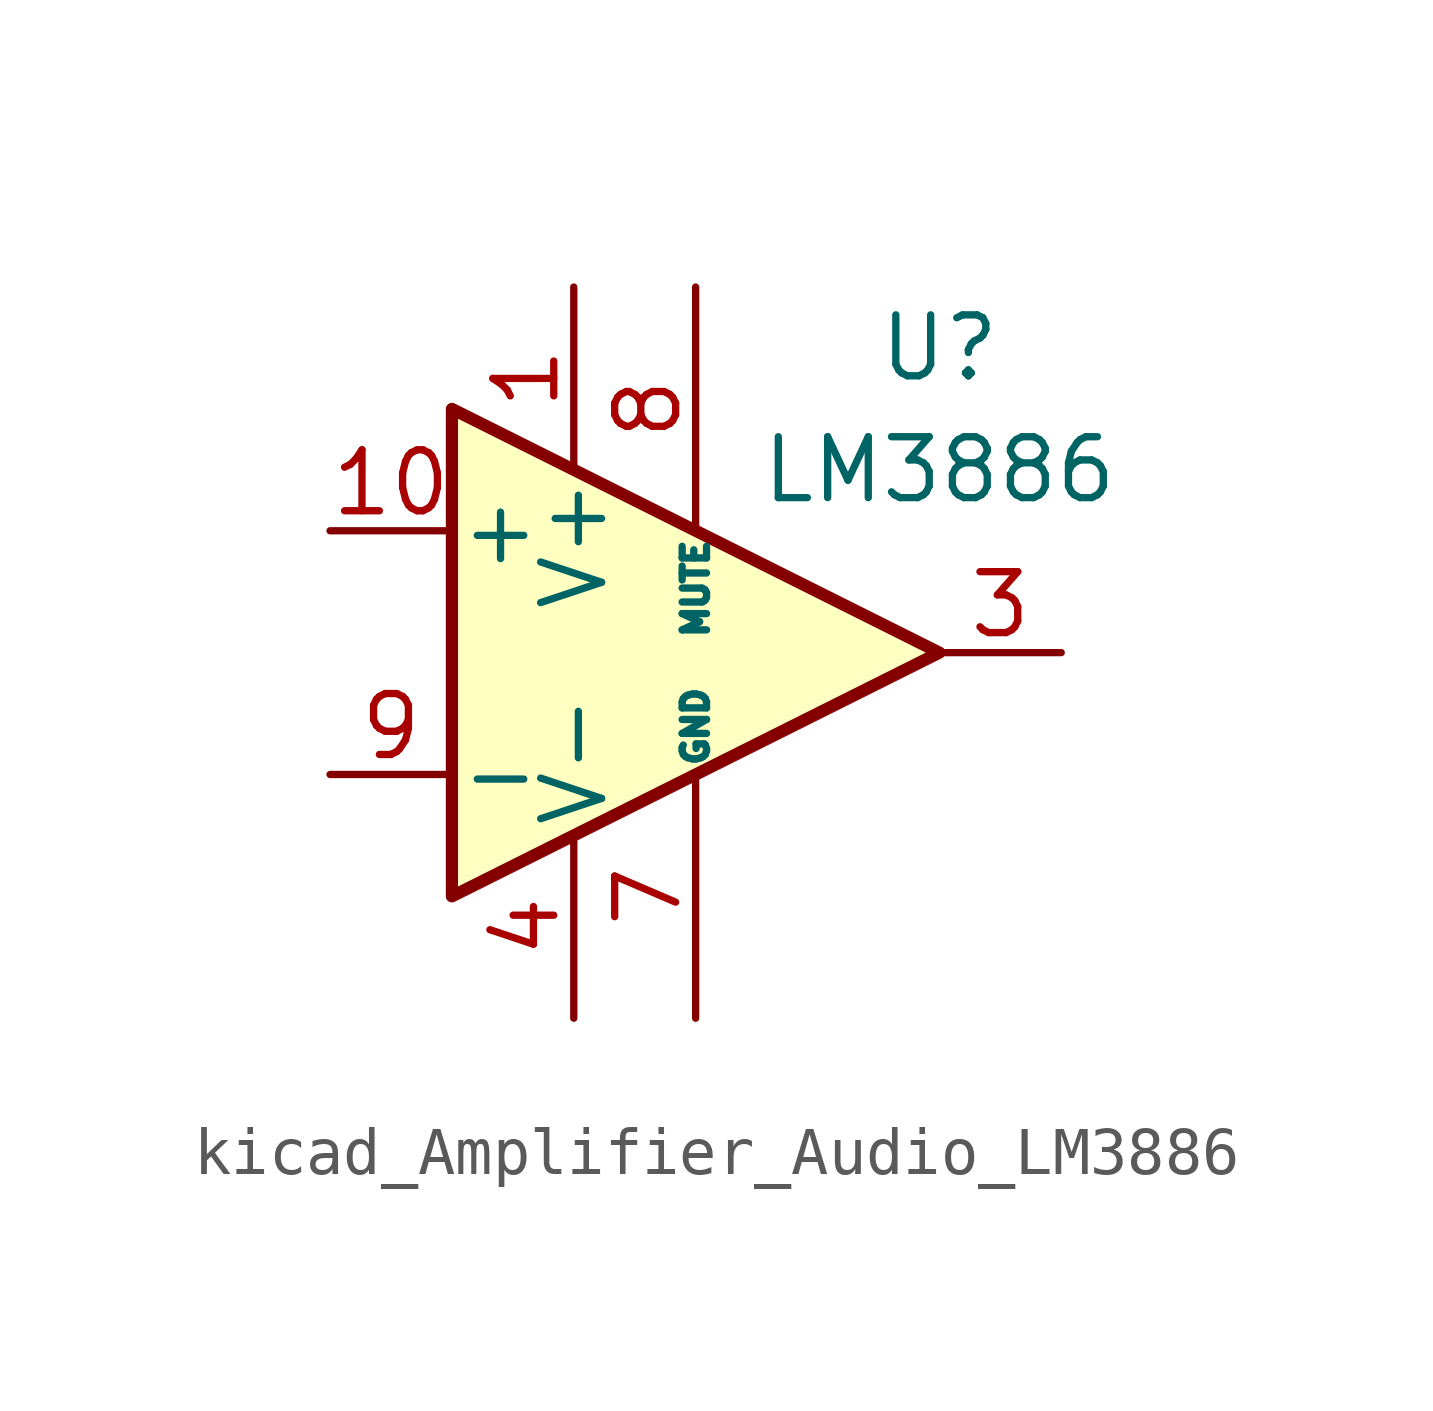
<source format=kicad_sym>
(kicad_symbol_lib
  (version 20220914)
  (generator kicad_symbol_editor)
  (symbol "kicad_Amplifier_Audio_LM3886"
    (pin_names
      (offset 0.127))
    (property "Reference" "U"
      (at 5.08 6.35 0)
      (effects (font (size 1.27 1.27))))
    (property "Value" "LM3886"
      (at 5.08 3.81 0)
      (effects (font (size 1.27 1.27))))
    (symbol "kicad_Amplifier_Audio_LM3886_0_1"
      (polyline (pts (xy -5.08 5.08) (xy 5.08 0) (xy -5.08 -5.08) (xy -5.08 5.08)) (stroke (width 0.254) (type default)) (fill (type background))))
    (symbol "kicad_Amplifier_Audio_LM3886_1_1"
      (pin power_in line (at -2.54 7.62 270) (length 3.81) (name "V+" (effects (font (size 1.27 1.27)))) (number "1" (effects (font (size 1.27 1.27)))))
      (pin input line (at -7.62 2.54 0) (length 2.54) (name "+" (effects (font (size 1.27 1.27)))) (number "10" (effects (font (size 1.27 1.27)))))
      (pin no_connect line (at -5.08 5.08 270) (length 2.54) hide (name "NC" (effects (font (size 1.27 1.27)))) (number "11" (effects (font (size 1.27 1.27)))))
      (pin no_connect line (at -2.54 3.81 270) (length 2.54) hide (name "NC" (effects (font (size 1.27 1.27)))) (number "2" (effects (font (size 1.27 1.27)))))
      (pin output line (at 7.62 0 180) (length 2.54) (name "~" (effects (font (size 1.27 1.27)))) (number "3" (effects (font (size 1.27 1.27)))))
      (pin power_in line (at -2.54 -7.62 90) (length 3.81) (name "V-" (effects (font (size 1.27 1.27)))) (number "4" (effects (font (size 1.27 1.27)))))
      (pin passive line (at -2.54 7.62 270) (length 3.81) hide (name "V+" (effects (font (size 1.27 1.27)))) (number "5" (effects (font (size 1.27 1.27)))))
      (pin no_connect line (at -5.08 -5.08 90) (length 2.54) hide (name "NC" (effects (font (size 1.27 1.27)))) (number "6" (effects (font (size 1.27 1.27)))))
      (pin power_in line (at 0 -7.62 90) (length 5.08) (name "GND" (effects (font (size 0.508 0.508)))) (number "7" (effects (font (size 1.27 1.27)))))
      (pin input line (at 0 7.62 270) (length 5.08) (name "MUTE" (effects (font (size 0.508 0.508)))) (number "8" (effects (font (size 1.27 1.27)))))
      (pin input line (at -7.62 -2.54 0) (length 2.54) (name "-" (effects (font (size 1.27 1.27)))) (number "9" (effects (font (size 1.27 1.27))))))))
</source>
